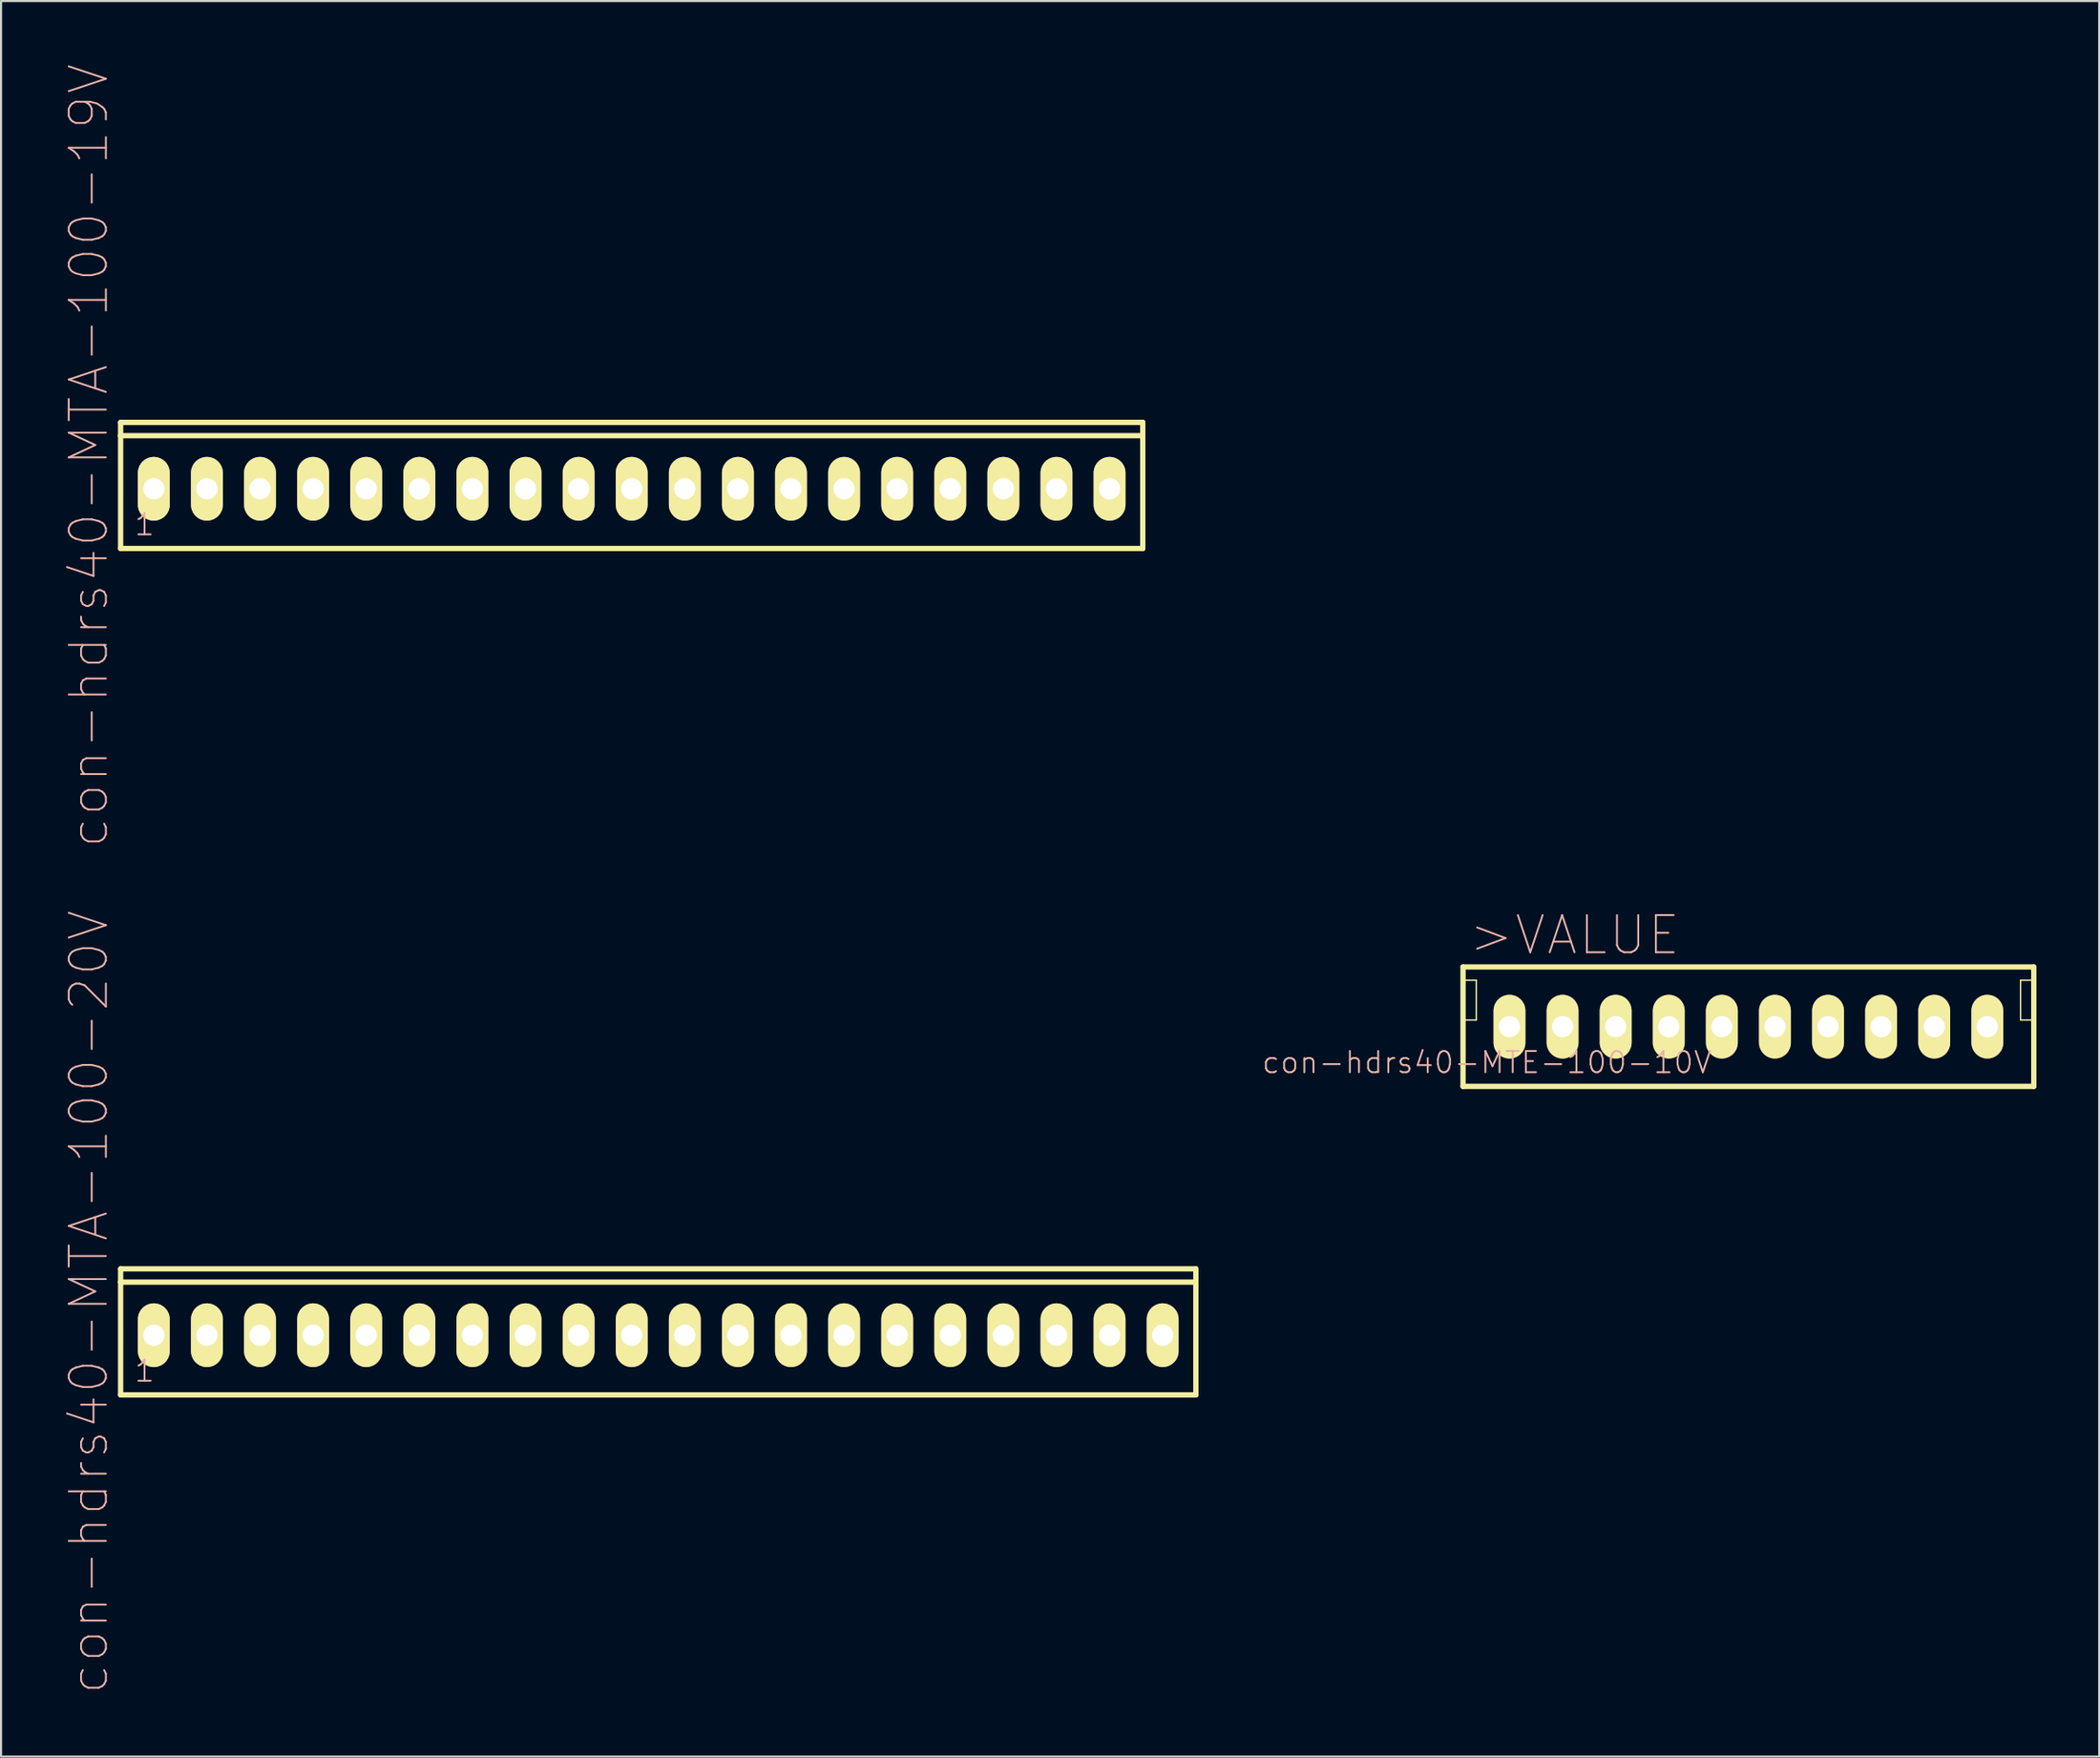
<source format=kicad_pcb>
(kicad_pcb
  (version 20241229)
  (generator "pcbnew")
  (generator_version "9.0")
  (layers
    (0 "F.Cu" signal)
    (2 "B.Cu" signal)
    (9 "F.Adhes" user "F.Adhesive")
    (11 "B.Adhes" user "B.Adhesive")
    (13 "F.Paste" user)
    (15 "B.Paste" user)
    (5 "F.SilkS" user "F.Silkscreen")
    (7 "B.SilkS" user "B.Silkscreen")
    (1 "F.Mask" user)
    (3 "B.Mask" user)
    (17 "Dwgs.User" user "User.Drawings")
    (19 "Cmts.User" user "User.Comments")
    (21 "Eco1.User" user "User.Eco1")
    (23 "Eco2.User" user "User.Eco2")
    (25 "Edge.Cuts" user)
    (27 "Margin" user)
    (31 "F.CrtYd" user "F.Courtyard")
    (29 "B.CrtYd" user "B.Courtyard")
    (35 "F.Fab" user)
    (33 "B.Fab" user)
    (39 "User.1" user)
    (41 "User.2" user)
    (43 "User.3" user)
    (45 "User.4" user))
  (footprint "con-hdrs40-MTA-100-19V"
    (layer "F.Cu")
    (at 27.168 20.339)
    (property "Reference" "con-hdrs40-MTA-100-19V" (at -25.971 -1.587 90) (layer "B.SilkS") (effects (font (size 1.778 1.778) (thickness 0.089))))
    (attr exclude_from_pos_files exclude_from_bom)
    (fp_line (start -24.448 -3.175) (end -24.448 -2.54) (stroke (width 0.254) (type solid)) (layer "F.SilkS"))
    (fp_line (start -24.448 -2.54) (end -24.448 2.857) (stroke (width 0.254) (type solid)) (layer "F.SilkS"))
    (fp_line (start -24.448 2.857) (end 24.448 2.857) (stroke (width 0.254) (type solid)) (layer "F.SilkS"))
    (fp_line (start 24.448 -3.175) (end -24.448 -3.175) (stroke (width 0.254) (type solid)) (layer "F.SilkS"))
    (fp_line (start 24.448 -2.54) (end -24.448 -2.54) (stroke (width 0.254) (type solid)) (layer "F.SilkS"))
    (fp_line (start 24.448 -2.54) (end 24.448 -3.175) (stroke (width 0.254) (type solid)) (layer "F.SilkS"))
    (fp_line (start 24.448 2.857) (end 24.448 -2.54) (stroke (width 0.254) (type solid)) (layer "F.SilkS"))
    (fp_text user "1" (at -23.305 1.714 0) (layer "B.SilkS") (effects (font (size 1.016 1.016) (thickness 0.089))))
    (pad "1" thru_hole oval (at -22.86 0) (size 1.524 3.048) (drill 1.016) (layers "*.Cu" "F.Mask" "F.SilkS" "F.Paste"))
    (pad "2" thru_hole oval (at -20.32 0) (size 1.524 3.048) (drill 1.016) (layers "*.Cu" "F.Mask" "F.SilkS" "F.Paste"))
    (pad "3" thru_hole oval (at -17.78 0) (size 1.524 3.048) (drill 1.016) (layers "*.Cu" "F.Mask" "F.SilkS" "F.Paste"))
    (pad "4" thru_hole oval (at -15.24 0) (size 1.524 3.048) (drill 1.016) (layers "*.Cu" "F.Mask" "F.SilkS" "F.Paste"))
    (pad "5" thru_hole oval (at -12.7 0) (size 1.524 3.048) (drill 1.016) (layers "*.Cu" "F.Mask" "F.SilkS" "F.Paste"))
    (pad "6" thru_hole oval (at -10.16 0) (size 1.524 3.048) (drill 1.016) (layers "*.Cu" "F.Mask" "F.SilkS" "F.Paste"))
    (pad "7" thru_hole oval (at -7.62 0) (size 1.524 3.048) (drill 1.016) (layers "*.Cu" "F.Mask" "F.SilkS" "F.Paste"))
    (pad "8" thru_hole oval (at -5.08 0) (size 1.524 3.048) (drill 1.016) (layers "*.Cu" "F.Mask" "F.SilkS" "F.Paste"))
    (pad "9" thru_hole oval (at -2.54 0) (size 1.524 3.048) (drill 1.016) (layers "*.Cu" "F.Mask" "F.SilkS" "F.Paste"))
    (pad "10" thru_hole oval (at 0 0) (size 1.524 3.048) (drill 1.016) (layers "*.Cu" "F.Mask" "F.SilkS" "F.Paste"))
    (pad "11" thru_hole oval (at 2.54 0) (size 1.524 3.048) (drill 1.016) (layers "*.Cu" "F.Mask" "F.SilkS" "F.Paste"))
    (pad "12" thru_hole oval (at 5.08 0) (size 1.524 3.048) (drill 1.016) (layers "*.Cu" "F.Mask" "F.SilkS" "F.Paste"))
    (pad "13" thru_hole oval (at 7.62 0) (size 1.524 3.048) (drill 1.016) (layers "*.Cu" "F.Mask" "F.SilkS" "F.Paste"))
    (pad "14" thru_hole oval (at 10.16 0) (size 1.524 3.048) (drill 1.016) (layers "*.Cu" "F.Mask" "F.SilkS" "F.Paste"))
    (pad "15" thru_hole oval (at 12.7 0) (size 1.524 3.048) (drill 1.016) (layers "*.Cu" "F.Mask" "F.SilkS" "F.Paste"))
    (pad "16" thru_hole oval (at 15.24 0) (size 1.524 3.048) (drill 1.016) (layers "*.Cu" "F.Mask" "F.SilkS" "F.Paste"))
    (pad "17" thru_hole oval (at 17.78 0) (size 1.524 3.048) (drill 1.016) (layers "*.Cu" "F.Mask" "F.SilkS" "F.Paste"))
    (pad "18" thru_hole oval (at 20.32 0) (size 1.524 3.048) (drill 1.016) (layers "*.Cu" "F.Mask" "F.SilkS" "F.Paste"))
    (pad "19" thru_hole oval (at 22.86 0) (size 1.524 3.048) (drill 1.016) (layers "*.Cu" "F.Mask" "F.SilkS" "F.Paste")))
  (footprint "con-hdrs40-MTA-100-20V"
    (layer "F.Cu")
    (at 28.438 60.842)
    (property "Reference" "con-hdrs40-MTA-100-20V" (at -27.241 -1.587 90) (layer "B.SilkS") (effects (font (size 1.778 1.778) (thickness 0.089))))
    (attr exclude_from_pos_files exclude_from_bom)
    (fp_line (start -25.718 -3.175) (end -25.718 -2.54) (stroke (width 0.254) (type solid)) (layer "F.SilkS"))
    (fp_line (start -25.718 -2.54) (end -25.718 2.857) (stroke (width 0.254) (type solid)) (layer "F.SilkS"))
    (fp_line (start -25.718 2.857) (end 25.718 2.857) (stroke (width 0.254) (type solid)) (layer "F.SilkS"))
    (fp_line (start 25.718 -3.175) (end -25.718 -3.175) (stroke (width 0.254) (type solid)) (layer "F.SilkS"))
    (fp_line (start 25.718 -2.54) (end -25.718 -2.54) (stroke (width 0.254) (type solid)) (layer "F.SilkS"))
    (fp_line (start 25.718 -2.54) (end 25.718 -3.175) (stroke (width 0.254) (type solid)) (layer "F.SilkS"))
    (fp_line (start 25.718 2.857) (end 25.718 -2.54) (stroke (width 0.254) (type solid)) (layer "F.SilkS"))
    (fp_text user "1" (at -24.575 1.714 0) (layer "B.SilkS") (effects (font (size 1.016 1.016) (thickness 0.089))))
    (pad "1" thru_hole oval (at -24.13 0) (size 1.524 3.048) (drill 1.016) (layers "*.Cu" "F.Mask" "F.SilkS" "F.Paste"))
    (pad "2" thru_hole oval (at -21.59 0) (size 1.524 3.048) (drill 1.016) (layers "*.Cu" "F.Mask" "F.SilkS" "F.Paste"))
    (pad "3" thru_hole oval (at -19.05 0) (size 1.524 3.048) (drill 1.016) (layers "*.Cu" "F.Mask" "F.SilkS" "F.Paste"))
    (pad "4" thru_hole oval (at -16.51 0) (size 1.524 3.048) (drill 1.016) (layers "*.Cu" "F.Mask" "F.SilkS" "F.Paste"))
    (pad "5" thru_hole oval (at -13.97 0) (size 1.524 3.048) (drill 1.016) (layers "*.Cu" "F.Mask" "F.SilkS" "F.Paste"))
    (pad "6" thru_hole oval (at -11.43 0) (size 1.524 3.048) (drill 1.016) (layers "*.Cu" "F.Mask" "F.SilkS" "F.Paste"))
    (pad "7" thru_hole oval (at -8.89 0) (size 1.524 3.048) (drill 1.016) (layers "*.Cu" "F.Mask" "F.SilkS" "F.Paste"))
    (pad "8" thru_hole oval (at -6.35 0) (size 1.524 3.048) (drill 1.016) (layers "*.Cu" "F.Mask" "F.SilkS" "F.Paste"))
    (pad "9" thru_hole oval (at -3.81 0) (size 1.524 3.048) (drill 1.016) (layers "*.Cu" "F.Mask" "F.SilkS" "F.Paste"))
    (pad "10" thru_hole oval (at -1.27 0) (size 1.524 3.048) (drill 1.016) (layers "*.Cu" "F.Mask" "F.SilkS" "F.Paste"))
    (pad "11" thru_hole oval (at 1.27 0) (size 1.524 3.048) (drill 1.016) (layers "*.Cu" "F.Mask" "F.SilkS" "F.Paste"))
    (pad "12" thru_hole oval (at 3.81 0) (size 1.524 3.048) (drill 1.016) (layers "*.Cu" "F.Mask" "F.SilkS" "F.Paste"))
    (pad "13" thru_hole oval (at 6.35 0) (size 1.524 3.048) (drill 1.016) (layers "*.Cu" "F.Mask" "F.SilkS" "F.Paste"))
    (pad "14" thru_hole oval (at 8.89 0) (size 1.524 3.048) (drill 1.016) (layers "*.Cu" "F.Mask" "F.SilkS" "F.Paste"))
    (pad "15" thru_hole oval (at 11.43 0) (size 1.524 3.048) (drill 1.016) (layers "*.Cu" "F.Mask" "F.SilkS" "F.Paste"))
    (pad "16" thru_hole oval (at 13.97 0) (size 1.524 3.048) (drill 1.016) (layers "*.Cu" "F.Mask" "F.SilkS" "F.Paste"))
    (pad "17" thru_hole oval (at 16.51 0) (size 1.524 3.048) (drill 1.016) (layers "*.Cu" "F.Mask" "F.SilkS" "F.Paste"))
    (pad "18" thru_hole oval (at 19.05 0) (size 1.524 3.048) (drill 1.016) (layers "*.Cu" "F.Mask" "F.SilkS" "F.Paste"))
    (pad "19" thru_hole oval (at 21.59 0) (size 1.524 3.048) (drill 1.016) (layers "*.Cu" "F.Mask" "F.SilkS" "F.Paste"))
    (pad "20" thru_hole oval (at 24.13 0) (size 1.524 3.048) (drill 1.016) (layers "*.Cu" "F.Mask" "F.SilkS" "F.Paste")))
  (footprint "con-hdrs40-MTE-100-10V"
    (layer "F.Cu")
    (at 80.588 46.078)
    (property "Reference" "con-hdrs40-MTE-100-10V" (at -12.509 1.714 0) (layer "B.SilkS") (effects (font (size 1.016 1.016) (thickness 0.089))))
    (attr exclude_from_pos_files exclude_from_bom)
    (fp_line (start -13.652 -2.857) (end -13.652 2.857) (stroke (width 0.254) (type solid)) (layer "F.SilkS"))
    (fp_line (start -13.652 -2.223) (end -13.018 -2.223) (stroke (width 0.066) (type solid)) (layer "F.SilkS"))
    (fp_line (start -13.652 -0.318) (end -13.652 -2.223) (stroke (width 0.066) (type solid)) (layer "F.SilkS"))
    (fp_line (start -13.652 -0.318) (end -13.018 -0.318) (stroke (width 0.066) (type solid)) (layer "F.SilkS"))
    (fp_line (start -13.652 2.857) (end 13.652 2.857) (stroke (width 0.254) (type solid)) (layer "F.SilkS"))
    (fp_line (start -13.018 -0.318) (end -13.018 -2.223) (stroke (width 0.066) (type solid)) (layer "F.SilkS"))
    (fp_line (start 13.018 -2.223) (end 13.652 -2.223) (stroke (width 0.066) (type solid)) (layer "F.SilkS"))
    (fp_line (start 13.018 -0.318) (end 13.018 -2.223) (stroke (width 0.066) (type solid)) (layer "F.SilkS"))
    (fp_line (start 13.018 -0.318) (end 13.652 -0.318) (stroke (width 0.066) (type solid)) (layer "F.SilkS"))
    (fp_line (start 13.652 -2.857) (end -13.652 -2.857) (stroke (width 0.254) (type solid)) (layer "F.SilkS"))
    (fp_line (start 13.652 -0.318) (end 13.652 -2.223) (stroke (width 0.066) (type solid)) (layer "F.SilkS"))
    (fp_line (start 13.652 2.857) (end 13.652 -2.857) (stroke (width 0.254) (type solid)) (layer "F.SilkS"))
    (fp_text user ">VALUE" (at -8.319 -4.379 0) (layer "B.SilkS") (effects (font (size 1.778 1.778) (thickness 0.089))))
    (pad "1" thru_hole oval (at -11.43 0) (size 1.524 3.048) (drill 1.016) (layers "*.Cu" "F.Mask" "F.SilkS" "F.Paste"))
    (pad "2" thru_hole oval (at -8.89 0) (size 1.524 3.048) (drill 1.016) (layers "*.Cu" "F.Mask" "F.SilkS" "F.Paste"))
    (pad "3" thru_hole oval (at -6.35 0) (size 1.524 3.048) (drill 1.016) (layers "*.Cu" "F.Mask" "F.SilkS" "F.Paste"))
    (pad "4" thru_hole oval (at -3.81 0) (size 1.524 3.048) (drill 1.016) (layers "*.Cu" "F.Mask" "F.SilkS" "F.Paste"))
    (pad "5" thru_hole oval (at -1.27 0) (size 1.524 3.048) (drill 1.016) (layers "*.Cu" "F.Mask" "F.SilkS" "F.Paste"))
    (pad "6" thru_hole oval (at 1.27 0) (size 1.524 3.048) (drill 1.016) (layers "*.Cu" "F.Mask" "F.SilkS" "F.Paste"))
    (pad "7" thru_hole oval (at 3.81 0) (size 1.524 3.048) (drill 1.016) (layers "*.Cu" "F.Mask" "F.SilkS" "F.Paste"))
    (pad "8" thru_hole oval (at 6.35 0) (size 1.524 3.048) (drill 1.016) (layers "*.Cu" "F.Mask" "F.SilkS" "F.Paste"))
    (pad "9" thru_hole oval (at 8.89 0) (size 1.524 3.048) (drill 1.016) (layers "*.Cu" "F.Mask" "F.SilkS" "F.Paste"))
    (pad "10" thru_hole oval (at 11.43 0) (size 1.524 3.048) (drill 1.016) (layers "*.Cu" "F.Mask" "F.SilkS" "F.Paste")))
  (gr_rect
    (start -3 -3)
    (end 97.368 81.006)
    (stroke (width 0.1) (type default))
    (fill no)
    (layer "Edge.Cuts")))
</source>
